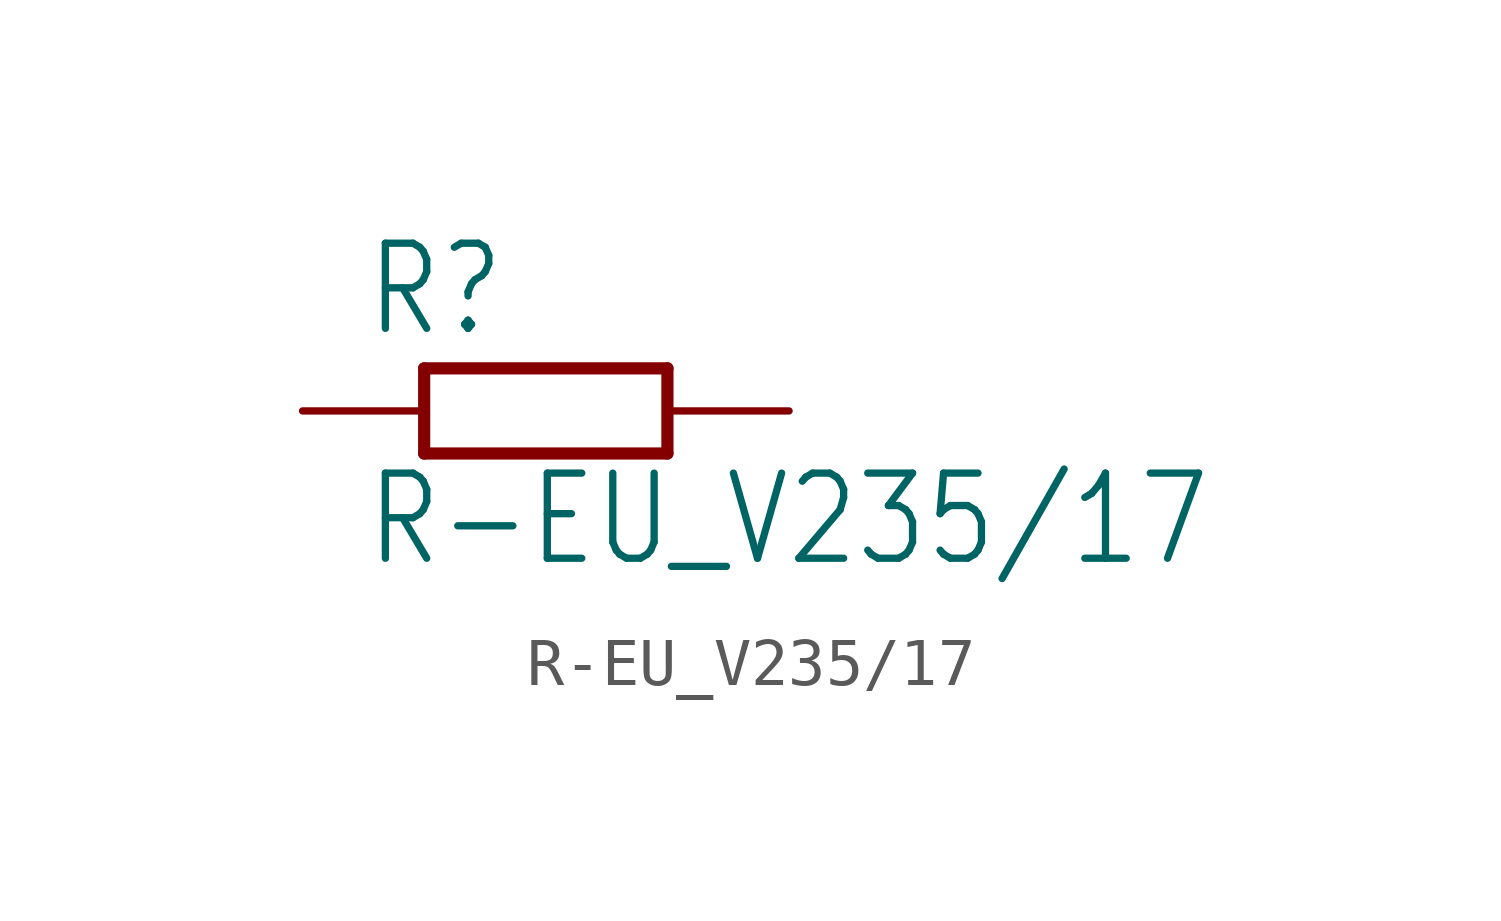
<source format=kicad_sym>
(kicad_symbol_lib
  (version 20231120)
  (generator "kicad_symbol_editor")
  (generator_version "8.0")
  (symbol "R-EU_V235/17"
    (property "Reference" "R"
      (at -3.81 1.499 0)
      (effects (font (size 1.778 1.511)) (justify left bottom)))
    (property "Value" "R-EU_V235{slash}17"
      (at -3.81 -3.302 0)
      (effects (font (size 1.778 1.511)) (justify left bottom)))
    (property "ki_locked" ""
      (at 0 0 0)
      (effects (font (size 1.27 1.27))))
    (symbol "R-EU_V235/17_1_0"
      (polyline (pts (xy -2.54 -0.889) (xy -2.54 0.889)) (stroke (width 0.254) (type default)) (fill (type none)))
      (polyline (pts (xy -2.54 -0.889) (xy 2.54 -0.889)) (stroke (width 0.254) (type default)) (fill (type none)))
      (polyline (pts (xy 2.54 -0.889) (xy 2.54 0.889)) (stroke (width 0.254) (type default)) (fill (type none)))
      (polyline (pts (xy 2.54 0.889) (xy -2.54 0.889)) (stroke (width 0.254) (type default)) (fill (type none)))
      (pin passive line (at -5.08 0 0) (length 2.54) (name "1" (effects (font (size 0 0)))) (number "1" (effects (font (size 0 0)))))
      (pin passive line (at 5.08 0 180) (length 2.54) (name "2" (effects (font (size 0 0)))) (number "2" (effects (font (size 0 0))))))))
</source>
